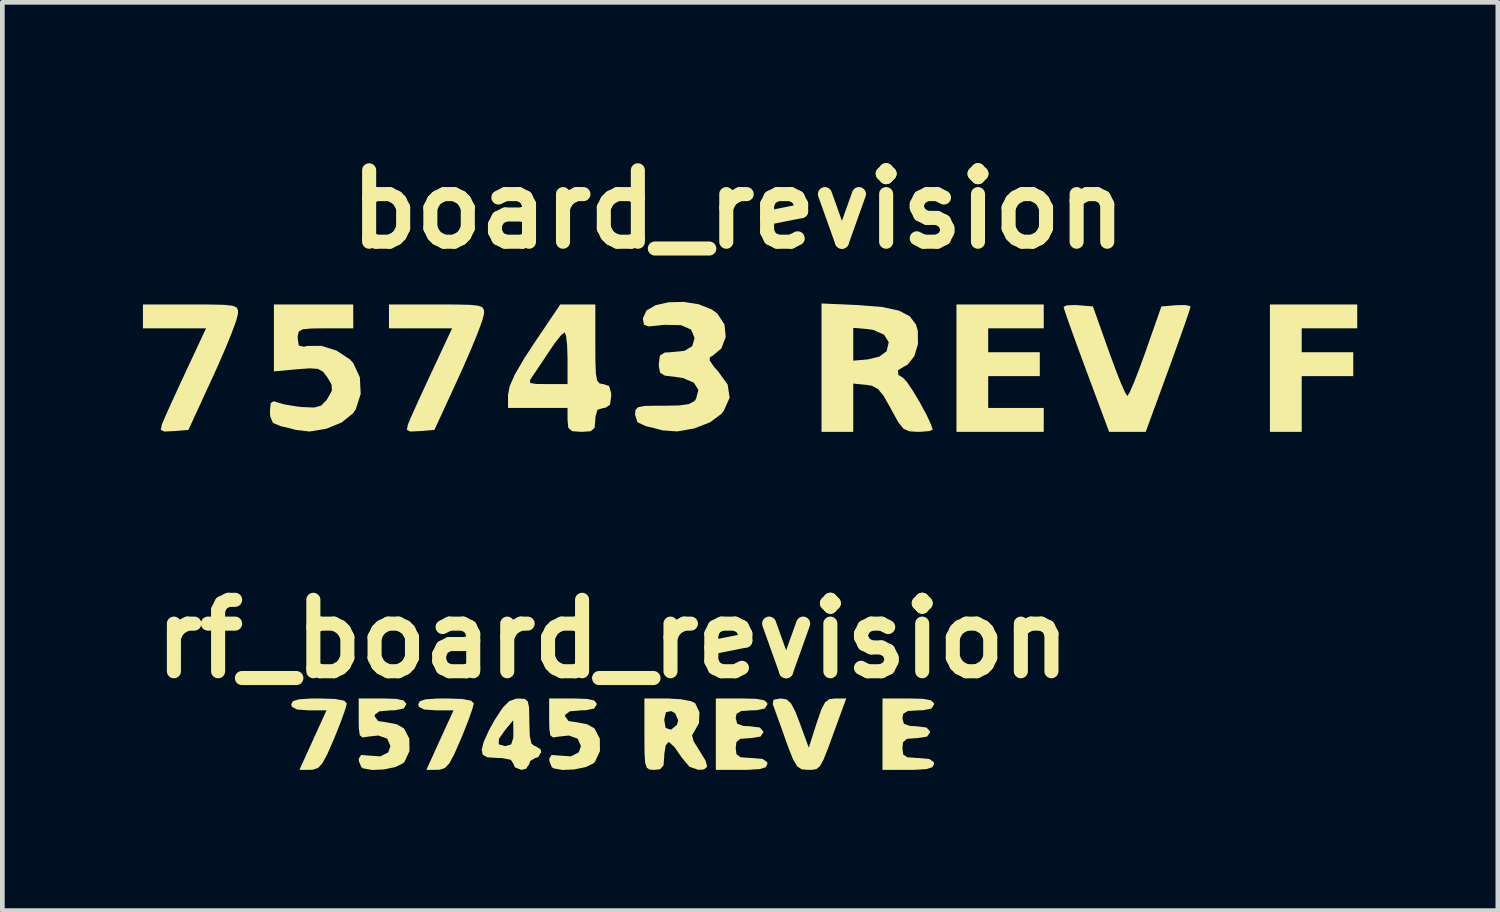
<source format=kicad_pcb>
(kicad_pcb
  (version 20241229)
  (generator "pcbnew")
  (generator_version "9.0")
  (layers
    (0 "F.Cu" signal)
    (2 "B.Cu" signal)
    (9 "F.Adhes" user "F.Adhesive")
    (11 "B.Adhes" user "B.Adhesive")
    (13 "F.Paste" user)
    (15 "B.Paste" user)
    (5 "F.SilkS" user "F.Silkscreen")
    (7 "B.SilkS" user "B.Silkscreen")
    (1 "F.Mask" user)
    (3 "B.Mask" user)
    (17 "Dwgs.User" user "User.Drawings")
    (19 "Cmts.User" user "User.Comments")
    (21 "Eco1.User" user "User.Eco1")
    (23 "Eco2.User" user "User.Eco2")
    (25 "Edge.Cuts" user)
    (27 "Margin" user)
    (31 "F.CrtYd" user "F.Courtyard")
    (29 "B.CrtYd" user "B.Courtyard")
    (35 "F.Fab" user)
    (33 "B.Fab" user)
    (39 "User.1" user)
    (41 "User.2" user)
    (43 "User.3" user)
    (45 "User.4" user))
  (footprint "board_revision"
    (layer "F.Cu")
    (at 12.954 4.72)
    (property "Reference" "board_revision" (at -0.254 -3.302 0) (layer "F.SilkS") (effects (font (size 1.524 1.524) (thickness 0.3))))
    (attr board_only exclude_from_pos_files exclude_from_bom)
    (fp_poly (pts (xy 12.954 -0.765) (xy 11.769 -0.765) (xy 11.769 -0.255) (xy 12.869 -0.255) (xy 12.869 0.255) (xy 11.769 0.255) (xy 11.769 1.444) (xy 11.091 1.444) (xy 11.091 -1.274) (xy 12.954 -1.274)) (stroke (width 0) (type solid)) (fill yes) (layer "F.SilkS"))
    (fp_poly (pts (xy 6.265 -0.765) (xy 5.08 -0.765) (xy 5.08 -0.255) (xy 6.181 -0.255) (xy 6.181 0.255) (xy 5.08 0.255) (xy 5.08 0.934) (xy 6.265 0.934) (xy 6.265 1.444) (xy 4.403 1.444) (xy 4.403 -1.274) (xy 6.265 -1.274)) (stroke (width 0) (type solid)) (fill yes) (layer "F.SilkS"))
    (fp_poly (pts (xy -11.51 -1.273) (xy -11.223 -1.266) (xy -11.049 -1.248) (xy -10.96 -1.213) (xy -10.928 -1.156) (xy -10.925 -1.083) (xy -10.96 -0.94) (xy -11.056 -0.677) (xy -11.199 -0.327) (xy -11.376 0.079) (xy -11.456 0.255) (xy -11.984 1.402) (xy -12.3 1.428) (xy -12.502 1.437) (xy -12.574 1.4) (xy -12.551 1.29) (xy -12.539 1.258) (xy -12.473 1.105) (xy -12.353 0.837) (xy -12.195 0.494) (xy -12.035 0.149) (xy -11.608 -0.765) (xy -12.954 -0.765) (xy -12.954 -1.274) (xy -11.938 -1.274)) (stroke (width 0) (type solid)) (fill yes) (layer "F.SilkS"))
    (fp_poly (pts (xy -6.261 -1.273) (xy -5.974 -1.266) (xy -5.8 -1.248) (xy -5.711 -1.213) (xy -5.679 -1.156) (xy -5.675 -1.083) (xy -5.711 -0.94) (xy -5.807 -0.677) (xy -5.95 -0.327) (xy -6.127 0.079) (xy -6.207 0.255) (xy -6.735 1.402) (xy -7.05 1.428) (xy -7.253 1.437) (xy -7.324 1.4) (xy -7.301 1.29) (xy -7.289 1.258) (xy -7.224 1.105) (xy -7.103 0.837) (xy -6.946 0.494) (xy -6.785 0.149) (xy -6.358 -0.765) (xy -7.705 -0.765) (xy -7.705 -1.274) (xy -6.689 -1.274)) (stroke (width 0) (type solid)) (fill yes) (layer "F.SilkS"))
    (fp_poly (pts (xy 7.002 -1.258) (xy 7.315 -1.232) (xy 7.654 -0.276) (xy 7.79 0.094) (xy 7.909 0.398) (xy 8 0.603) (xy 8.049 0.68) (xy 8.049 0.68) (xy 8.097 0.604) (xy 8.187 0.399) (xy 8.305 0.096) (xy 8.44 -0.274) (xy 8.44 -0.276) (xy 8.776 -1.232) (xy 9.087 -1.258) (xy 9.288 -1.262) (xy 9.393 -1.237) (xy 9.398 -1.228) (xy 9.37 -1.133) (xy 9.293 -0.906) (xy 9.177 -0.576) (xy 9.031 -0.17) (xy 8.92 0.137) (xy 8.441 1.444) (xy 7.66 1.444) (xy 7.175 0.142) (xy 7.012 -0.299) (xy 6.872 -0.684) (xy 6.765 -0.984) (xy 6.702 -1.173) (xy 6.689 -1.223) (xy 6.763 -1.256) (xy 6.947 -1.262)) (stroke (width 0) (type solid)) (fill yes) (layer "F.SilkS"))
    (fp_poly (pts (xy -8.467 -0.765) (xy -9.059 -0.765) (xy -9.369 -0.761) (xy -9.546 -0.743) (xy -9.628 -0.697) (xy -9.651 -0.609) (xy -9.652 -0.551) (xy -9.629 -0.398) (xy -9.524 -0.372) (xy -9.445 -0.389) (xy -9.145 -0.391) (xy -8.819 -0.287) (xy -8.54 -0.103) (xy -8.468 -0.025) (xy -8.326 0.281) (xy -8.308 0.633) (xy -8.413 0.962) (xy -8.471 1.047) (xy -8.711 1.242) (xy -9.046 1.379) (xy -9.403 1.437) (xy -9.694 1.402) (xy -9.835 1.364) (xy -10.012 1.323) (xy -10.18 1.254) (xy -10.24 1.11) (xy -10.245 1.009) (xy -10.229 0.832) (xy -10.165 0.79) (xy -10.097 0.813) (xy -9.924 0.861) (xy -9.664 0.903) (xy -9.553 0.915) (xy -9.3 0.925) (xy -9.151 0.884) (xy -9.041 0.77) (xy -9.014 0.73) (xy -8.922 0.563) (xy -8.93 0.435) (xy -9.016 0.286) (xy -9.111 0.162) (xy -9.22 0.101) (xy -9.396 0.089) (xy -9.661 0.108) (xy -10.16 0.154) (xy -10.16 -1.274) (xy -8.467 -1.274)) (stroke (width 0) (type solid)) (fill yes) (layer "F.SilkS"))
    (fp_poly (pts (xy 2.316 -1.26) (xy 2.817 -1.22) (xy 3.174 -1.143) (xy 3.407 -1.022) (xy 3.539 -0.846) (xy 3.578 -0.714) (xy 3.582 -0.429) (xy 3.502 -0.168) (xy 3.361 0.011) (xy 3.295 0.045) (xy 3.152 0.131) (xy 3.165 0.23) (xy 3.256 0.284) (xy 3.341 0.373) (xy 3.472 0.566) (xy 3.62 0.814) (xy 3.759 1.069) (xy 3.859 1.282) (xy 3.895 1.399) (xy 3.82 1.428) (xy 3.634 1.443) (xy 3.577 1.444) (xy 3.4 1.433) (xy 3.276 1.379) (xy 3.166 1.246) (xy 3.029 0.999) (xy 3.006 0.955) (xy 2.854 0.684) (xy 2.73 0.531) (xy 2.598 0.461) (xy 2.477 0.441) (xy 2.201 0.414) (xy 2.201 1.444) (xy 1.524 1.444) (xy 1.524 -0.775) (xy 2.201 -0.775) (xy 2.201 -0.075) (xy 2.51 -0.101) (xy 2.757 -0.161) (xy 2.911 -0.274) (xy 2.912 -0.276) (xy 2.958 -0.47) (xy 2.856 -0.63) (xy 2.628 -0.731) (xy 2.51 -0.748) (xy 2.201 -0.775) (xy 1.524 -0.775) (xy 1.524 -1.295)) (stroke (width 0) (type solid)) (fill yes) (layer "F.SilkS"))
    (fp_poly (pts (xy -3.302 -0.425) (xy -3.3 -0.038) (xy -3.289 0.209) (xy -3.263 0.349) (xy -3.216 0.41) (xy -3.142 0.425) (xy -3.133 0.425) (xy -3.009 0.465) (xy -2.965 0.614) (xy -2.963 0.68) (xy -2.99 0.866) (xy -3.089 0.932) (xy -3.133 0.934) (xy -3.257 0.974) (xy -3.3 1.124) (xy -3.302 1.189) (xy -3.319 1.361) (xy -3.402 1.431) (xy -3.598 1.444) (xy -3.797 1.43) (xy -3.879 1.358) (xy -3.895 1.189) (xy -3.895 0.934) (xy -5.165 0.934) (xy -5.165 0.658) (xy -5.13 0.47) (xy -5.075 0.346) (xy -4.699 0.346) (xy -4.688 0.402) (xy -4.565 0.422) (xy -4.328 0.425) (xy -3.895 0.425) (xy -3.895 -0.127) (xy -3.904 -0.409) (xy -3.927 -0.607) (xy -3.958 -0.679) (xy -4.037 -0.614) (xy -4.168 -0.448) (xy -4.257 -0.318) (xy -4.425 -0.064) (xy -4.577 0.162) (xy -4.627 0.234) (xy -4.699 0.346) (xy -5.075 0.346) (xy -5.016 0.214) (xy -4.813 -0.133) (xy -4.608 -0.446) (xy -4.05 -1.274) (xy -3.302 -1.274)) (stroke (width 0) (type solid)) (fill yes) (layer "F.SilkS"))
    (fp_poly (pts (xy -1.1 -1.279) (xy -0.823 -1.17) (xy -0.699 -1.081) (xy -0.546 -0.845) (xy -0.52 -0.579) (xy -0.613 -0.335) (xy -0.815 -0.168) (xy -0.856 -0.153) (xy -0.863 -0.08) (xy -0.762 0.066) (xy -0.688 0.146) (xy -0.479 0.434) (xy -0.437 0.716) (xy -0.563 0.997) (xy -0.614 1.062) (xy -0.854 1.24) (xy -1.191 1.371) (xy -1.553 1.435) (xy -1.869 1.413) (xy -1.905 1.402) (xy -2.046 1.364) (xy -2.223 1.323) (xy -2.403 1.239) (xy -2.455 1.077) (xy -2.455 1.076) (xy -2.445 0.975) (xy -2.389 0.917) (xy -2.251 0.891) (xy -1.994 0.886) (xy -1.852 0.887) (xy -1.517 0.881) (xy -1.31 0.852) (xy -1.193 0.791) (xy -1.154 0.743) (xy -1.103 0.549) (xy -1.203 0.393) (xy -1.437 0.294) (xy -1.596 0.271) (xy -1.819 0.244) (xy -1.92 0.182) (xy -1.947 0.048) (xy -1.947 -0.005) (xy -1.925 -0.183) (xy -1.823 -0.248) (xy -1.7 -0.255) (xy -1.398 -0.285) (xy -1.234 -0.385) (xy -1.185 -0.56) (xy -1.258 -0.738) (xy -1.474 -0.832) (xy -1.827 -0.84) (xy -1.952 -0.826) (xy -2.167 -0.806) (xy -2.262 -0.841) (xy -2.286 -0.952) (xy -2.286 -0.982) (xy -2.211 -1.145) (xy -2.015 -1.259) (xy -1.737 -1.321) (xy -1.418 -1.329)) (stroke (width 0) (type solid)) (fill yes) (layer "F.SilkS")))
  (footprint "rf_board_revision"
    (layer "F.Cu")
    (at 10.022 12.614)
    (property "Reference" "rf_board_revision" (at 0 -2.032 0) (layer "F.SilkS") (effects (font (size 1.524 1.524) (thickness 0.3))))
    (attr board_only exclude_from_pos_files exclude_from_bom)
    (fp_poly (pts (xy -5.921 -0.751) (xy -5.729 -0.715) (xy -5.673 -0.656) (xy -5.704 -0.533) (xy -5.787 -0.299) (xy -5.906 0.003) (xy -5.948 0.105) (xy -6.089 0.428) (xy -6.195 0.624) (xy -6.289 0.723) (xy -6.396 0.758) (xy -6.454 0.761) (xy -6.684 0.762) (xy -6.395 0.127) (xy -6.106 -0.508) (xy -6.482 -0.508) (xy -6.731 -0.525) (xy -6.844 -0.583) (xy -6.858 -0.635) (xy -6.823 -0.704) (xy -6.698 -0.743) (xy -6.451 -0.76) (xy -6.265 -0.762)) (stroke (width 0) (type solid)) (fill yes) (layer "F.SilkS"))
    (fp_poly (pts (xy -3.212 -0.751) (xy -3.02 -0.715) (xy -2.963 -0.656) (xy -2.995 -0.533) (xy -3.077 -0.299) (xy -3.196 0.003) (xy -3.239 0.105) (xy -3.38 0.428) (xy -3.485 0.624) (xy -3.58 0.723) (xy -3.687 0.758) (xy -3.744 0.761) (xy -3.975 0.762) (xy -3.686 0.127) (xy -3.396 -0.508) (xy -3.772 -0.508) (xy -4.022 -0.525) (xy -4.134 -0.583) (xy -4.149 -0.635) (xy -4.114 -0.704) (xy -3.988 -0.743) (xy -3.742 -0.76) (xy -3.556 -0.762)) (stroke (width 0) (type solid)) (fill yes) (layer "F.SilkS"))
    (fp_poly (pts (xy 4.73 -0.068) (xy 4.595 0.302) (xy 4.5 0.541) (xy 4.425 0.679) (xy 4.352 0.743) (xy 4.261 0.761) (xy 4.155 0.762) (xy 4.031 0.749) (xy 3.939 0.689) (xy 3.854 0.55) (xy 3.753 0.298) (xy 3.69 0.123) (xy 3.577 -0.195) (xy 3.482 -0.459) (xy 3.422 -0.622) (xy 3.416 -0.639) (xy 3.431 -0.734) (xy 3.585 -0.762) (xy 3.71 -0.742) (xy 3.806 -0.657) (xy 3.901 -0.474) (xy 3.992 -0.237) (xy 4.184 0.288) (xy 4.352 -0.237) (xy 4.45 -0.522) (xy 4.532 -0.68) (xy 4.626 -0.748) (xy 4.752 -0.762) (xy 4.984 -0.762)) (stroke (width 0) (type solid)) (fill yes) (layer "F.SilkS"))
    (fp_poly (pts (xy 3.06 -0.754) (xy 3.232 -0.723) (xy 3.298 -0.664) (xy 3.302 -0.635) (xy 3.246 -0.547) (xy 3.061 -0.51) (xy 2.963 -0.508) (xy 2.742 -0.494) (xy 2.644 -0.436) (xy 2.625 -0.339) (xy 2.658 -0.222) (xy 2.787 -0.175) (xy 2.921 -0.169) (xy 3.14 -0.142) (xy 3.217 -0.054) (xy 3.217 -0.042) (xy 3.153 0.052) (xy 2.948 0.084) (xy 2.921 0.085) (xy 2.721 0.1) (xy 2.639 0.172) (xy 2.625 0.296) (xy 2.643 0.433) (xy 2.73 0.493) (xy 2.934 0.508) (xy 2.963 0.508) (xy 3.199 0.529) (xy 3.296 0.598) (xy 3.302 0.635) (xy 3.265 0.706) (xy 3.134 0.746) (xy 2.877 0.761) (xy 2.752 0.762) (xy 2.201 0.762) (xy 2.201 -0.762) (xy 2.752 -0.762)) (stroke (width 0) (type solid)) (fill yes) (layer "F.SilkS"))
    (fp_poly (pts (xy 6.616 -0.754) (xy 6.788 -0.723) (xy 6.854 -0.664) (xy 6.858 -0.635) (xy 6.802 -0.547) (xy 6.617 -0.51) (xy 6.519 -0.508) (xy 6.298 -0.494) (xy 6.2 -0.436) (xy 6.181 -0.339) (xy 6.214 -0.222) (xy 6.343 -0.175) (xy 6.477 -0.169) (xy 6.696 -0.142) (xy 6.773 -0.054) (xy 6.773 -0.042) (xy 6.709 0.052) (xy 6.504 0.084) (xy 6.477 0.085) (xy 6.277 0.1) (xy 6.195 0.172) (xy 6.181 0.296) (xy 6.199 0.433) (xy 6.286 0.493) (xy 6.49 0.508) (xy 6.519 0.508) (xy 6.755 0.529) (xy 6.852 0.598) (xy 6.858 0.635) (xy 6.821 0.706) (xy 6.69 0.746) (xy 6.433 0.761) (xy 6.308 0.762) (xy 5.757 0.762) (xy 5.757 -0.762) (xy 6.308 -0.762)) (stroke (width 0) (type solid)) (fill yes) (layer "F.SilkS"))
    (fp_poly (pts (xy -4.616 -0.752) (xy -4.457 -0.718) (xy -4.404 -0.65) (xy -4.403 -0.635) (xy -4.459 -0.547) (xy -4.644 -0.51) (xy -4.741 -0.508) (xy -4.977 -0.487) (xy -5.074 -0.418) (xy -5.08 -0.381) (xy -5.005 -0.28) (xy -4.832 -0.254) (xy -4.604 -0.21) (xy -4.451 -0.121) (xy -4.338 0.098) (xy -4.336 0.362) (xy -4.442 0.591) (xy -4.473 0.622) (xy -4.64 0.703) (xy -4.885 0.753) (xy -5.136 0.764) (xy -5.324 0.73) (xy -5.362 0.706) (xy -5.414 0.578) (xy -5.419 0.527) (xy -5.367 0.444) (xy -5.214 0.456) (xy -4.956 0.474) (xy -4.788 0.388) (xy -4.741 0.254) (xy -4.811 0.096) (xy -4.999 0.029) (xy -5.214 0.052) (xy -5.334 0.071) (xy -5.395 0.025) (xy -5.416 -0.123) (xy -5.419 -0.329) (xy -5.419 -0.762) (xy -4.911 -0.762)) (stroke (width 0) (type solid)) (fill yes) (layer "F.SilkS"))
    (fp_poly (pts (xy -0.552 -0.752) (xy -0.393 -0.718) (xy -0.34 -0.65) (xy -0.339 -0.635) (xy -0.395 -0.547) (xy -0.58 -0.51) (xy -0.677 -0.508) (xy -0.913 -0.487) (xy -1.01 -0.418) (xy -1.016 -0.381) (xy -0.941 -0.28) (xy -0.768 -0.254) (xy -0.54 -0.21) (xy -0.387 -0.121) (xy -0.274 0.098) (xy -0.272 0.362) (xy -0.378 0.591) (xy -0.409 0.622) (xy -0.576 0.703) (xy -0.821 0.753) (xy -1.072 0.764) (xy -1.26 0.73) (xy -1.298 0.706) (xy -1.35 0.578) (xy -1.355 0.527) (xy -1.303 0.444) (xy -1.15 0.456) (xy -0.892 0.474) (xy -0.724 0.388) (xy -0.677 0.254) (xy -0.747 0.096) (xy -0.935 0.029) (xy -1.15 0.052) (xy -1.27 0.071) (xy -1.331 0.025) (xy -1.352 -0.123) (xy -1.355 -0.329) (xy -1.355 -0.762) (xy -0.847 -0.762)) (stroke (width 0) (type solid)) (fill yes) (layer "F.SilkS"))
    (fp_poly (pts (xy -1.882 -0.753) (xy -1.812 -0.702) (xy -1.784 -0.567) (xy -1.778 -0.31) (xy -1.778 -0.254) (xy -1.768 0.041) (xy -1.734 0.199) (xy -1.666 0.253) (xy -1.651 0.254) (xy -1.539 0.322) (xy -1.524 0.381) (xy -1.592 0.493) (xy -1.651 0.508) (xy -1.763 0.576) (xy -1.778 0.635) (xy -1.849 0.738) (xy -1.947 0.762) (xy -2.085 0.709) (xy -2.117 0.635) (xy -2.173 0.547) (xy -2.358 0.51) (xy -2.455 0.508) (xy -2.676 0.494) (xy -2.774 0.438) (xy -2.794 0.33) (xy -2.765 0.217) (xy -2.431 0.217) (xy -2.298 0.254) (xy -2.286 0.254) (xy -2.166 0.219) (xy -2.122 0.082) (xy -2.119 -0.021) (xy -2.122 -0.296) (xy -2.289 -0.096) (xy -2.428 0.104) (xy -2.431 0.217) (xy -2.765 0.217) (xy -2.752 0.165) (xy -2.641 -0.081) (xy -2.519 -0.302) (xy -2.346 -0.564) (xy -2.208 -0.704) (xy -2.066 -0.756) (xy -2.011 -0.76)) (stroke (width 0) (type solid)) (fill yes) (layer "F.SilkS"))
    (fp_poly (pts (xy 1.453 -0.745) (xy 1.674 -0.703) (xy 1.761 -0.66) (xy 1.851 -0.468) (xy 1.841 -0.235) (xy 1.75 -0.071) (xy 1.693 0.023) (xy 1.728 0.153) (xy 1.835 0.325) (xy 1.981 0.562) (xy 2.018 0.695) (xy 1.946 0.753) (xy 1.829 0.762) (xy 1.638 0.696) (xy 1.461 0.484) (xy 1.451 0.466) (xy 1.321 0.279) (xy 1.211 0.176) (xy 1.188 0.169) (xy 1.13 0.244) (xy 1.101 0.427) (xy 1.101 0.466) (xy 1.085 0.666) (xy 1.014 0.748) (xy 0.889 0.762) (xy 0.789 0.756) (xy 0.727 0.716) (xy 0.693 0.61) (xy 0.68 0.404) (xy 0.677 0.067) (xy 0.677 0) (xy 0.677 -0.296) (xy 1.101 -0.296) (xy 1.13 -0.132) (xy 1.233 -0.098) (xy 1.249 -0.101) (xy 1.371 -0.197) (xy 1.397 -0.296) (xy 1.333 -0.446) (xy 1.249 -0.492) (xy 1.137 -0.469) (xy 1.101 -0.319) (xy 1.101 -0.296) (xy 0.677 -0.296) (xy 0.677 -0.762) (xy 1.168 -0.762)) (stroke (width 0) (type solid)) (fill yes) (layer "F.SilkS")))
  (gr_rect
    (start -3 -3)
    (end 28.908 16.379)
    (stroke (width 0.1) (type default))
    (fill no)
    (layer "Edge.Cuts")))
</source>
